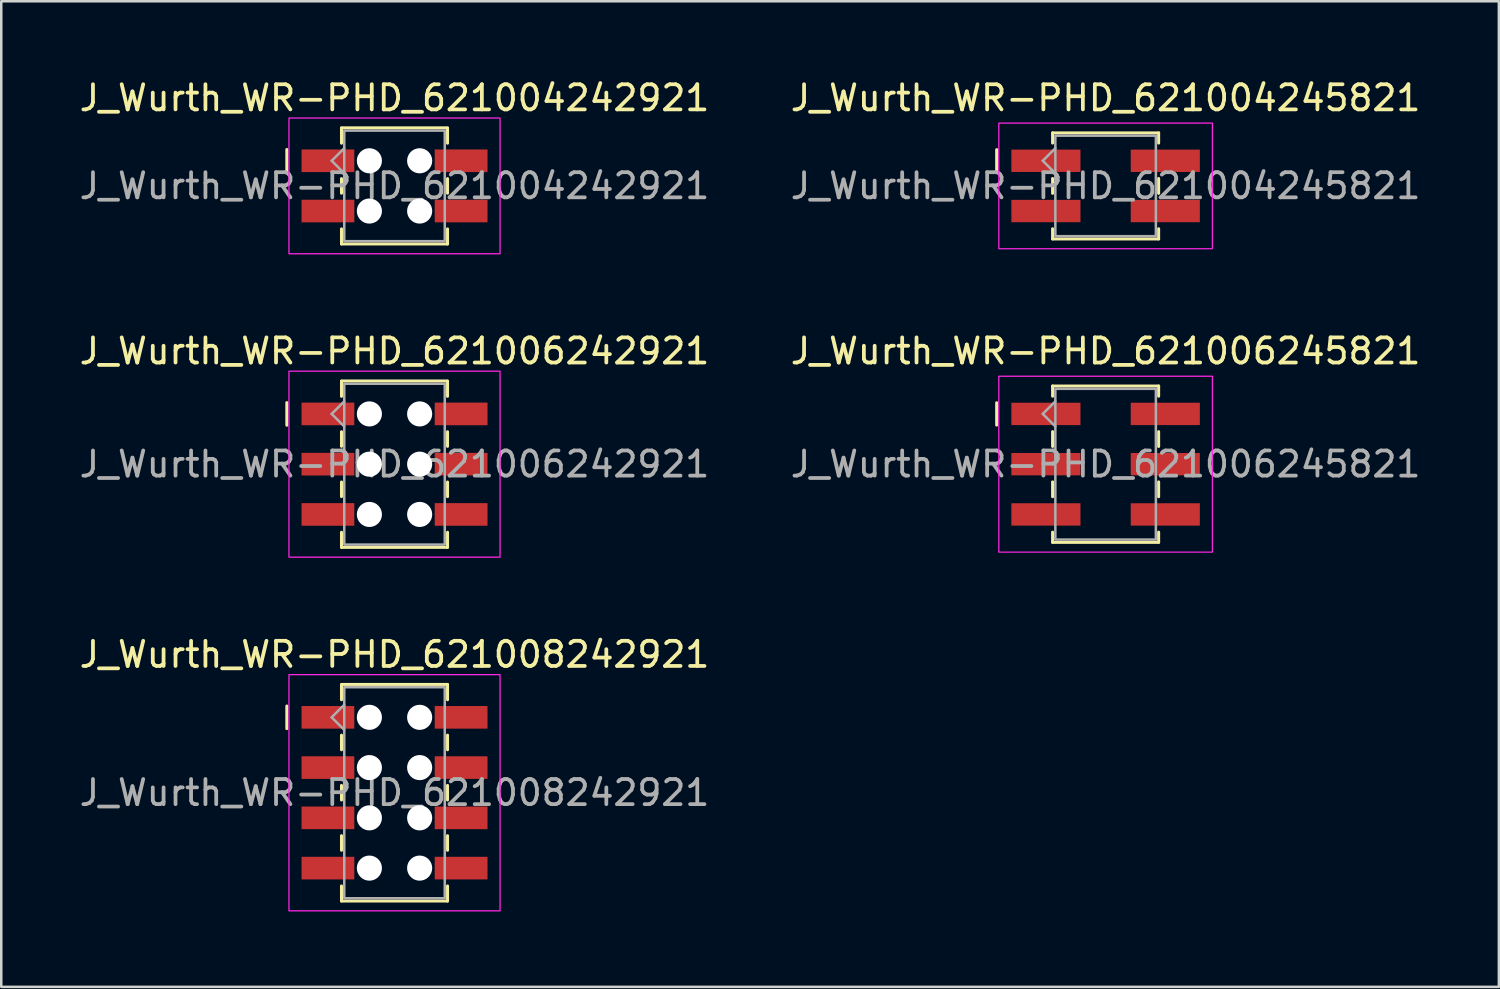
<source format=kicad_pcb>
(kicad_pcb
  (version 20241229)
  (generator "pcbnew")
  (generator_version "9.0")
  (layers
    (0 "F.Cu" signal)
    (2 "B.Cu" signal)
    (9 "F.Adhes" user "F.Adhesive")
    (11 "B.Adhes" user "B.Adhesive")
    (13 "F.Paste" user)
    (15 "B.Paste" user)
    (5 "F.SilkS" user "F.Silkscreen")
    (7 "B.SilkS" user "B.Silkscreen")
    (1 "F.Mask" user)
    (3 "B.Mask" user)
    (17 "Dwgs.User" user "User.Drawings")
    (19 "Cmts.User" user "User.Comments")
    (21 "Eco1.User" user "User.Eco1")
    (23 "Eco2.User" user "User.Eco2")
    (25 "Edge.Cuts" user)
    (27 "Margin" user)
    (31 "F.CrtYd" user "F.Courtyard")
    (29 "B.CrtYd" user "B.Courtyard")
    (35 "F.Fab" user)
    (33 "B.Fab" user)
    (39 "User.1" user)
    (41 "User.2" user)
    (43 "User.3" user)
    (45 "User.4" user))
  (footprint "J_Wurth_WR-PHD_621004245821"
    (layer "F.Cu")
    (at 40.946 4.348)
    (property "Reference" "J_Wurth_WR-PHD_621004245821" (at 0 -3.5 0) (unlocked yes) (layer "F.SilkS") (effects (font (size 1 1) (thickness 0.15))))
    (attr smd)
    (fp_line (start -4.335 -1.445) (end -4.335 -0.555) (stroke (width 0.12) (type solid)) (layer "F.SilkS"))
    (fp_line (start -2.11 -2.11) (end -2.11 -1.705) (stroke (width 0.12) (type solid)) (layer "F.SilkS"))
    (fp_line (start -2.11 -0.295) (end -2.11 0.295) (stroke (width 0.12) (type solid)) (layer "F.SilkS"))
    (fp_line (start -2.11 1.705) (end -2.11 2.11) (stroke (width 0.12) (type solid)) (layer "F.SilkS"))
    (fp_line (start 2.11 -2.11) (end -2.11 -2.11) (stroke (width 0.12) (type solid)) (layer "F.SilkS"))
    (fp_line (start 2.11 -2.11) (end 2.11 -1.705) (stroke (width 0.12) (type solid)) (layer "F.SilkS"))
    (fp_line (start 2.11 -0.295) (end 2.11 0.295) (stroke (width 0.12) (type solid)) (layer "F.SilkS"))
    (fp_line (start 2.11 1.705) (end 2.11 2.11) (stroke (width 0.12) (type solid)) (layer "F.SilkS"))
    (fp_line (start 2.11 2.11) (end -2.11 2.11) (stroke (width 0.12) (type solid)) (layer "F.SilkS"))
    (fp_rect (start -4.25 -2.5) (end 4.25 2.5) (stroke (width 0.05) (type solid)) (fill no) (layer "F.CrtYd"))
    (fp_line (start -2.5 -1) (end -2 -0.5) (stroke (width 0.1) (type default)) (layer "F.Fab"))
    (fp_line (start -2 -1.5) (end -2.5 -1) (stroke (width 0.1) (type default)) (layer "F.Fab"))
    (fp_rect (start -2 -2) (end 2 2) (stroke (width 0.1) (type solid)) (fill no) (layer "F.Fab"))
    (fp_text user "${REFERENCE}" (at 0 0 0) (unlocked yes) (layer "F.Fab") (effects (font (size 1 1) (thickness 0.15))))
    (pad "1" smd rect (at -2.375 -1 270) (size 0.89 2.75) (layers "F.Cu" "F.Mask" "F.Paste"))
    (pad "2" smd rect (at 2.375 -1 270) (size 0.89 2.75) (layers "F.Cu" "F.Mask" "F.Paste"))
    (pad "3" smd rect (at -2.375 1 270) (size 0.89 2.75) (layers "F.Cu" "F.Mask" "F.Paste"))
    (pad "4" smd rect (at 2.375 1 270) (size 0.89 2.75) (layers "F.Cu" "F.Mask" "F.Paste")))
  (footprint "J_Wurth_WR-PHD_621006242921"
    (layer "F.Cu")
    (at 12.649 15.421)
    (property "Reference" "J_Wurth_WR-PHD_621006242921" (at 0 -4.5 0) (unlocked yes) (layer "F.SilkS") (effects (font (size 1 1) (thickness 0.15))))
    (attr smd)
    (fp_line (start -4.285 -2.45) (end -4.285 -1.55) (stroke (width 0.12) (type solid)) (layer "F.SilkS"))
    (fp_line (start -2.11 -3.31) (end 2.11 -3.31) (stroke (width 0.12) (type solid)) (layer "F.SilkS"))
    (fp_line (start -2.11 -2.7) (end -2.11 -3.3) (stroke (width 0.12) (type solid)) (layer "F.SilkS"))
    (fp_line (start -2.11 -1.29) (end -2.11 -0.71) (stroke (width 0.12) (type solid)) (layer "F.SilkS"))
    (fp_line (start -2.11 0.71) (end -2.11 1.29) (stroke (width 0.12) (type solid)) (layer "F.SilkS"))
    (fp_line (start -2.11 2.71) (end -2.11 3.31) (stroke (width 0.12) (type solid)) (layer "F.SilkS"))
    (fp_line (start 2.11 -2.7) (end 2.11 -3.3) (stroke (width 0.12) (type solid)) (layer "F.SilkS"))
    (fp_line (start 2.11 -1.29) (end 2.11 -0.71) (stroke (width 0.12) (type solid)) (layer "F.SilkS"))
    (fp_line (start 2.11 0.71) (end 2.11 1.29) (stroke (width 0.12) (type solid)) (layer "F.SilkS"))
    (fp_line (start 2.11 2.71) (end 2.11 3.31) (stroke (width 0.12) (type solid)) (layer "F.SilkS"))
    (fp_line (start 2.11 3.31) (end -2.11 3.31) (stroke (width 0.12) (type solid)) (layer "F.SilkS"))
    (fp_rect (start -4.2 -3.7) (end 4.2 3.7) (stroke (width 0.05) (type solid)) (fill no) (layer "F.CrtYd"))
    (fp_line (start -2.5 -2) (end -2 -1.5) (stroke (width 0.1) (type default)) (layer "F.Fab"))
    (fp_line (start -2 -2.5) (end -2.5 -2) (stroke (width 0.1) (type default)) (layer "F.Fab"))
    (fp_rect (start -2 -3.2) (end 2 3.2) (stroke (width 0.1) (type solid)) (fill no) (layer "F.Fab"))
    (fp_text user "${REFERENCE}" (at 0 0 0) (unlocked yes) (layer "F.Fab") (effects (font (size 1 1) (thickness 0.15))))
    (pad "" np_thru_hole circle (at -1 -2 270) (size 1 1) (drill 1) (layers "*.Cu" "*.Mask"))
    (pad "" np_thru_hole circle (at -1 0 270) (size 1 1) (drill 1) (layers "*.Cu" "*.Mask"))
    (pad "" np_thru_hole circle (at -1 2 270) (size 1 1) (drill 1) (layers "*.Cu" "*.Mask"))
    (pad "" np_thru_hole circle (at 1 -2 270) (size 1 1) (drill 1) (layers "*.Cu" "*.Mask"))
    (pad "" np_thru_hole circle (at 1 0 270) (size 1 1) (drill 1) (layers "*.Cu" "*.Mask"))
    (pad "" np_thru_hole circle (at 1 2 270) (size 1 1) (drill 1) (layers "*.Cu" "*.Mask"))
    (pad "1" smd rect (at -2.65 -2 270) (size 0.9 2.1) (layers "F.Cu" "F.Mask" "F.Paste"))
    (pad "2" smd rect (at 2.65 -2 270) (size 0.9 2.1) (layers "F.Cu" "F.Mask" "F.Paste"))
    (pad "3" smd rect (at -2.65 0 270) (size 0.9 2.1) (layers "F.Cu" "F.Mask" "F.Paste"))
    (pad "4" smd rect (at 2.65 0 270) (size 0.9 2.1) (layers "F.Cu" "F.Mask" "F.Paste"))
    (pad "5" smd rect (at -2.65 2 270) (size 0.9 2.1) (layers "F.Cu" "F.Mask" "F.Paste"))
    (pad "6" smd rect (at 2.65 2 270) (size 0.9 2.1) (layers "F.Cu" "F.Mask" "F.Paste")))
  (footprint "J_Wurth_WR-PHD_621004242921"
    (layer "F.Cu")
    (at 12.649 4.348)
    (property "Reference" "J_Wurth_WR-PHD_621004242921" (at 0 -3.5 0) (unlocked yes) (layer "F.SilkS") (effects (font (size 1 1) (thickness 0.15))))
    (attr smd)
    (fp_line (start -4.285 -1.45) (end -4.285 -0.55) (stroke (width 0.12) (type solid)) (layer "F.SilkS"))
    (fp_line (start -2.11 -2.31) (end 2.11 -2.31) (stroke (width 0.12) (type solid)) (layer "F.SilkS"))
    (fp_line (start -2.11 -1.7) (end -2.11 -2.3) (stroke (width 0.12) (type solid)) (layer "F.SilkS"))
    (fp_line (start -2.11 -0.29) (end -2.11 0.29) (stroke (width 0.12) (type solid)) (layer "F.SilkS"))
    (fp_line (start -2.11 1.71) (end -2.11 2.31) (stroke (width 0.12) (type solid)) (layer "F.SilkS"))
    (fp_line (start 2.11 -1.7) (end 2.11 -2.3) (stroke (width 0.12) (type solid)) (layer "F.SilkS"))
    (fp_line (start 2.11 -0.29) (end 2.11 0.29) (stroke (width 0.12) (type solid)) (layer "F.SilkS"))
    (fp_line (start 2.11 1.71) (end 2.11 2.31) (stroke (width 0.12) (type solid)) (layer "F.SilkS"))
    (fp_line (start 2.11 2.31) (end -2.11 2.31) (stroke (width 0.12) (type solid)) (layer "F.SilkS"))
    (fp_rect (start -4.2 -2.7) (end 4.2 2.7) (stroke (width 0.05) (type solid)) (fill no) (layer "F.CrtYd"))
    (fp_line (start -2.5 -1) (end -2 -0.5) (stroke (width 0.1) (type default)) (layer "F.Fab"))
    (fp_line (start -2 -1.5) (end -2.5 -1) (stroke (width 0.1) (type default)) (layer "F.Fab"))
    (fp_rect (start -2 -2.2) (end 2 2.2) (stroke (width 0.1) (type solid)) (fill no) (layer "F.Fab"))
    (fp_text user "${REFERENCE}" (at 0 0 0) (unlocked yes) (layer "F.Fab") (effects (font (size 1 1) (thickness 0.15))))
    (pad "" np_thru_hole circle (at -1 -1 270) (size 1 1) (drill 1) (layers "*.Cu" "*.Mask"))
    (pad "" np_thru_hole circle (at -1 1 270) (size 1 1) (drill 1) (layers "*.Cu" "*.Mask"))
    (pad "" np_thru_hole circle (at 1 -1 270) (size 1 1) (drill 1) (layers "*.Cu" "*.Mask"))
    (pad "" np_thru_hole circle (at 1 1 270) (size 1 1) (drill 1) (layers "*.Cu" "*.Mask"))
    (pad "1" smd rect (at -2.65 -1 270) (size 0.9 2.1) (layers "F.Cu" "F.Mask" "F.Paste"))
    (pad "2" smd rect (at 2.65 -1 270) (size 0.9 2.1) (layers "F.Cu" "F.Mask" "F.Paste"))
    (pad "3" smd rect (at -2.65 1 270) (size 0.9 2.1) (layers "F.Cu" "F.Mask" "F.Paste"))
    (pad "4" smd rect (at 2.65 1 270) (size 0.9 2.1) (layers "F.Cu" "F.Mask" "F.Paste")))
  (footprint "J_Wurth_WR-PHD_621006245821"
    (layer "F.Cu")
    (at 40.946 15.421)
    (property "Reference" "J_Wurth_WR-PHD_621006245821" (at 0 -4.5 0) (unlocked yes) (layer "F.SilkS") (effects (font (size 1 1) (thickness 0.15))))
    (attr smd)
    (fp_line (start -4.335 -2.445) (end -4.335 -1.555) (stroke (width 0.12) (type solid)) (layer "F.SilkS"))
    (fp_line (start -2.11 -3.11) (end -2.11 -2.705) (stroke (width 0.12) (type solid)) (layer "F.SilkS"))
    (fp_line (start -2.11 -1.295) (end -2.11 -0.705) (stroke (width 0.12) (type solid)) (layer "F.SilkS"))
    (fp_line (start -2.11 0.705) (end -2.11 1.295) (stroke (width 0.12) (type solid)) (layer "F.SilkS"))
    (fp_line (start -2.11 2.705) (end -2.11 3.11) (stroke (width 0.12) (type solid)) (layer "F.SilkS"))
    (fp_line (start 2.11 -3.11) (end -2.11 -3.11) (stroke (width 0.12) (type solid)) (layer "F.SilkS"))
    (fp_line (start 2.11 -3.11) (end 2.11 -2.705) (stroke (width 0.12) (type solid)) (layer "F.SilkS"))
    (fp_line (start 2.11 -1.295) (end 2.11 -0.705) (stroke (width 0.12) (type solid)) (layer "F.SilkS"))
    (fp_line (start 2.11 0.705) (end 2.11 1.295) (stroke (width 0.12) (type solid)) (layer "F.SilkS"))
    (fp_line (start 2.11 2.705) (end 2.11 3.11) (stroke (width 0.12) (type solid)) (layer "F.SilkS"))
    (fp_line (start 2.11 3.11) (end -2.11 3.11) (stroke (width 0.12) (type solid)) (layer "F.SilkS"))
    (fp_rect (start -4.25 -3.5) (end 4.25 3.5) (stroke (width 0.05) (type solid)) (fill no) (layer "F.CrtYd"))
    (fp_line (start -2.5 -2) (end -2 -1.5) (stroke (width 0.1) (type default)) (layer "F.Fab"))
    (fp_line (start -2 -2.5) (end -2.5 -2) (stroke (width 0.1) (type default)) (layer "F.Fab"))
    (fp_rect (start -2 -3) (end 2 3) (stroke (width 0.1) (type solid)) (fill no) (layer "F.Fab"))
    (fp_text user "${REFERENCE}" (at 0 0 0) (unlocked yes) (layer "F.Fab") (effects (font (size 1 1) (thickness 0.15))))
    (pad "1" smd rect (at -2.375 -2 270) (size 0.89 2.75) (layers "F.Cu" "F.Mask" "F.Paste"))
    (pad "2" smd rect (at 2.375 -2 270) (size 0.89 2.75) (layers "F.Cu" "F.Mask" "F.Paste"))
    (pad "3" smd rect (at -2.375 0 270) (size 0.89 2.75) (layers "F.Cu" "F.Mask" "F.Paste"))
    (pad "4" smd rect (at 2.375 0 270) (size 0.89 2.75) (layers "F.Cu" "F.Mask" "F.Paste"))
    (pad "5" smd rect (at -2.375 2 270) (size 0.89 2.75) (layers "F.Cu" "F.Mask" "F.Paste"))
    (pad "6" smd rect (at 2.375 2 270) (size 0.89 2.75) (layers "F.Cu" "F.Mask" "F.Paste")))
  (footprint "J_Wurth_WR-PHD_621008242921"
    (layer "F.Cu")
    (at 12.649 28.495)
    (property "Reference" "J_Wurth_WR-PHD_621008242921" (at 0 -5.5 0) (unlocked yes) (layer "F.SilkS") (effects (font (size 1 1) (thickness 0.15))))
    (attr smd)
    (fp_line (start -4.285 -3.45) (end -4.285 -2.55) (stroke (width 0.12) (type solid)) (layer "F.SilkS"))
    (fp_line (start -2.11 -4.31) (end 2.11 -4.31) (stroke (width 0.12) (type solid)) (layer "F.SilkS"))
    (fp_line (start -2.11 -3.7) (end -2.11 -4.3) (stroke (width 0.12) (type solid)) (layer "F.SilkS"))
    (fp_line (start -2.11 -2.29) (end -2.11 -1.71) (stroke (width 0.12) (type solid)) (layer "F.SilkS"))
    (fp_line (start -2.11 -0.29) (end -2.11 0.29) (stroke (width 0.12) (type solid)) (layer "F.SilkS"))
    (fp_line (start -2.11 1.71) (end -2.11 2.29) (stroke (width 0.12) (type solid)) (layer "F.SilkS"))
    (fp_line (start -2.11 3.71) (end -2.11 4.31) (stroke (width 0.12) (type solid)) (layer "F.SilkS"))
    (fp_line (start 2.11 -3.7) (end 2.11 -4.3) (stroke (width 0.12) (type solid)) (layer "F.SilkS"))
    (fp_line (start 2.11 -2.29) (end 2.11 -1.71) (stroke (width 0.12) (type solid)) (layer "F.SilkS"))
    (fp_line (start 2.11 -0.29) (end 2.11 0.29) (stroke (width 0.12) (type solid)) (layer "F.SilkS"))
    (fp_line (start 2.11 1.71) (end 2.11 2.29) (stroke (width 0.12) (type solid)) (layer "F.SilkS"))
    (fp_line (start 2.11 3.71) (end 2.11 4.31) (stroke (width 0.12) (type solid)) (layer "F.SilkS"))
    (fp_line (start 2.11 4.31) (end -2.11 4.31) (stroke (width 0.12) (type solid)) (layer "F.SilkS"))
    (fp_rect (start -4.2 -4.7) (end 4.2 4.7) (stroke (width 0.05) (type solid)) (fill no) (layer "F.CrtYd"))
    (fp_line (start -2.5 -3) (end -2 -2.5) (stroke (width 0.1) (type default)) (layer "F.Fab"))
    (fp_line (start -2 -3.5) (end -2.5 -3) (stroke (width 0.1) (type default)) (layer "F.Fab"))
    (fp_rect (start -2 -4.2) (end 2 4.2) (stroke (width 0.1) (type solid)) (fill no) (layer "F.Fab"))
    (fp_text user "${REFERENCE}" (at 0 0 0) (unlocked yes) (layer "F.Fab") (effects (font (size 1 1) (thickness 0.15))))
    (pad "" np_thru_hole circle (at -1 -3 270) (size 1 1) (drill 1) (layers "*.Cu" "*.Mask"))
    (pad "" np_thru_hole circle (at -1 -1 270) (size 1 1) (drill 1) (layers "*.Cu" "*.Mask"))
    (pad "" np_thru_hole circle (at -1 1 270) (size 1 1) (drill 1) (layers "*.Cu" "*.Mask"))
    (pad "" np_thru_hole circle (at -1 3 270) (size 1 1) (drill 1) (layers "*.Cu" "*.Mask"))
    (pad "" np_thru_hole circle (at 1 -3 270) (size 1 1) (drill 1) (layers "*.Cu" "*.Mask"))
    (pad "" np_thru_hole circle (at 1 -1 270) (size 1 1) (drill 1) (layers "*.Cu" "*.Mask"))
    (pad "" np_thru_hole circle (at 1 1 270) (size 1 1) (drill 1) (layers "*.Cu" "*.Mask"))
    (pad "" np_thru_hole circle (at 1 3 270) (size 1 1) (drill 1) (layers "*.Cu" "*.Mask"))
    (pad "1" smd rect (at -2.65 -3 270) (size 0.9 2.1) (layers "F.Cu" "F.Mask" "F.Paste"))
    (pad "2" smd rect (at 2.65 -3 270) (size 0.9 2.1) (layers "F.Cu" "F.Mask" "F.Paste"))
    (pad "3" smd rect (at -2.65 -1 270) (size 0.9 2.1) (layers "F.Cu" "F.Mask" "F.Paste"))
    (pad "4" smd rect (at 2.65 -1 270) (size 0.9 2.1) (layers "F.Cu" "F.Mask" "F.Paste"))
    (pad "5" smd rect (at -2.65 1 270) (size 0.9 2.1) (layers "F.Cu" "F.Mask" "F.Paste"))
    (pad "6" smd rect (at 2.65 1 270) (size 0.9 2.1) (layers "F.Cu" "F.Mask" "F.Paste"))
    (pad "7" smd rect (at -2.65 3 270) (size 0.9 2.1) (layers "F.Cu" "F.Mask" "F.Paste"))
    (pad "8" smd rect (at 2.65 3 270) (size 0.9 2.1) (layers "F.Cu" "F.Mask" "F.Paste")))
  (gr_rect
    (start -3 -3)
    (end 56.595 36.22)
    (stroke (width 0.1) (type default))
    (fill no)
    (layer "Edge.Cuts")))
</source>
